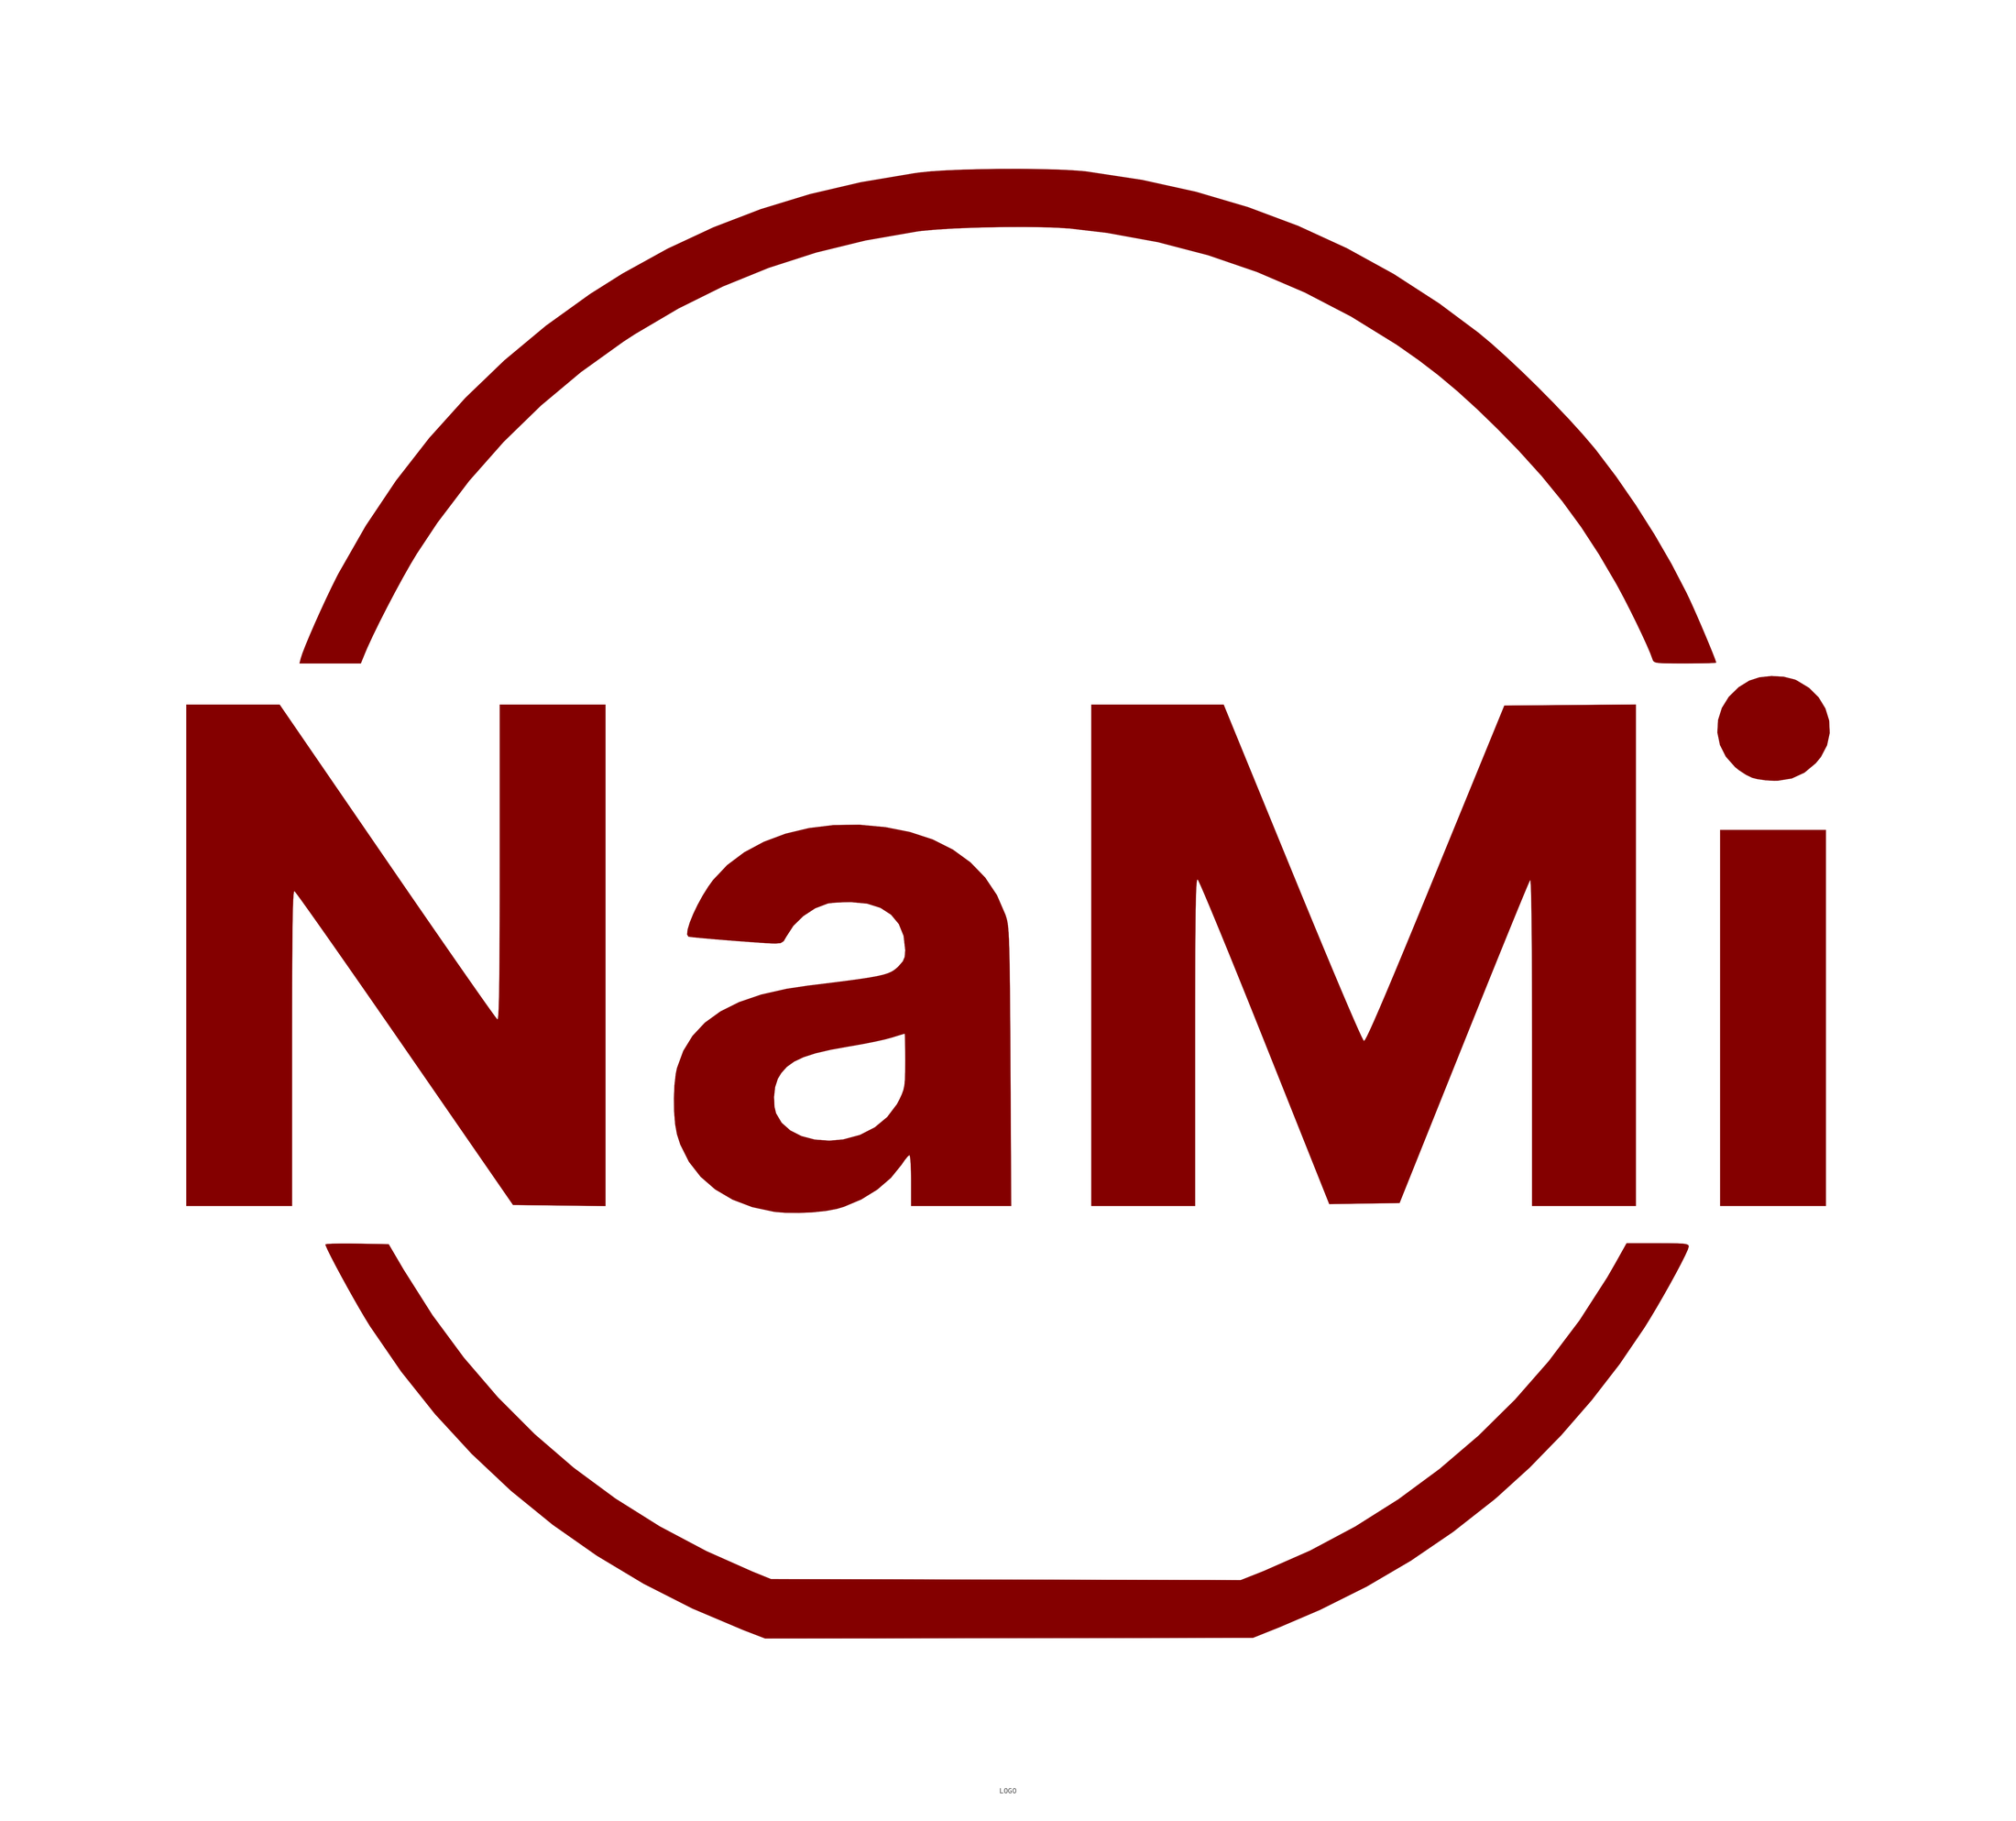
<source format=kicad_sym>
(kicad_symbol_lib
  (version 20220914)
  (generator "bitmap2component")
  (generator_version "9.0")
  (symbol "LOGO"
    (pin_names
      (offset 1.016))
    (property "Reference" "#G"
      (at 0 133.699 0)
      (effects (font (size 1.27 1.27)) hide))
    (symbol "LOGO_0_0"
      (polyline (pts (xy 0.179 -134.212) (xy 44.718 -134.155) (xy 49.548 -132.226) (xy 56.985 -129.041) (xy 65.489 -124.797) (xy 73.554 -120.071) (xy 81.268 -114.81) (xy 88.721 -108.96) (xy 89.282 -108.487) (xy 95.247 -103.071) (xy 101.058 -97.109) (xy 106.58 -90.759) (xy 111.677 -84.175) (xy 116.212 -77.514) (xy 117.213 -75.899) (xy 118.428 -73.867) (xy 119.659 -71.741) (xy 120.853 -69.623) (xy 121.953 -67.613) (xy 122.904 -65.812) (xy 123.652 -64.322) (xy 124.142 -63.243) (xy 124.317 -62.676) (xy 124.316 -62.634) (xy 124.229 -62.416) (xy 123.934 -62.262) (xy 123.328 -62.161) (xy 122.311 -62.103) (xy 120.782 -62.076) (xy 118.638 -62.069) (xy 112.96 -62.069) (xy 110.907 -65.736) (xy 109.415 -68.327) (xy 104.362 -76.168) (xy 98.735 -83.621) (xy 92.574 -90.65) (xy 85.919 -97.221) (xy 78.81 -103.297) (xy 71.288 -108.845) (xy 63.392 -113.829) (xy 55.163 -118.214) (xy 46.64 -121.965) (xy 42.481 -123.61) (xy -0.403 -123.516) (xy -43.287 -123.422) (xy -46.686 -122.043) (xy -55.053 -118.325) (xy -63.593 -113.801) (xy -71.677 -108.727) (xy -79.3 -103.106) (xy -86.459 -96.94) (xy -93.15 -90.234) (xy -99.371 -82.989) (xy -105.117 -75.21) (xy -110.384 -66.898) (xy -113.11 -62.248) (xy -118.892 -62.15) (xy -120.223 -62.133) (xy -121.992 -62.134) (xy -123.403 -62.163) (xy -124.337 -62.216) (xy -124.675 -62.291) (xy -124.605 -62.539) (xy -124.236 -63.37) (xy -123.603 -64.645) (xy -122.763 -66.259) (xy -121.773 -68.105) (xy -120.693 -70.076) (xy -119.579 -72.067) (xy -118.49 -73.97) (xy -117.483 -75.679) (xy -116.618 -77.089) (xy -116.51 -77.259) (xy -110.841 -85.513) (xy -104.655 -93.277) (xy -97.968 -100.539) (xy -90.798 -107.283) (xy -83.162 -113.497) (xy -75.076 -119.165) (xy -66.559 -124.275) (xy -57.626 -128.811) (xy -48.296 -132.761) (xy -44.361 -134.27) (xy 0.179 -134.212)) (stroke (width 0.01) (type default)) (fill (type outline)))
      (polyline (pts (xy -35.612 -56.422) (xy -33.222 -56.17) (xy -31.27 -55.8) (xy -29.979 -55.419) (xy -26.802 -54.08) (xy -23.892 -52.288) (xy -21.392 -50.14) (xy -19.447 -47.735) (xy -18.918 -46.965) (xy -18.345 -46.247) (xy -18.006 -45.97) (xy -17.984 -45.983) (xy -17.876 -46.439) (xy -17.789 -47.453) (xy -17.73 -48.891) (xy -17.709 -50.621) (xy -17.709 -55.272) (xy -8.564 -55.272) (xy 0.58 -55.272) (xy 0.444 -29.961) (xy 0.427 -26.869) (xy 0.399 -22.333) (xy 0.37 -18.429) (xy 0.338 -15.105) (xy 0.303 -12.309) (xy 0.262 -9.988) (xy 0.215 -8.091) (xy 0.16 -6.565) (xy 0.096 -5.358) (xy 0.02 -4.419) (xy -0.067 -3.696) (xy -0.168 -3.135) (xy -0.284 -2.686) (xy -0.476 -2.078) (xy -2.03 1.507) (xy -4.168 4.704) (xy -6.857 7.483) (xy -10.066 9.817) (xy -13.762 11.676) (xy -17.913 13.032) (xy -22.388 13.919) (xy -27.17 14.365) (xy -31.855 14.303) (xy -36.371 13.75) (xy -40.646 12.726) (xy -44.606 11.246) (xy -48.181 9.329) (xy -51.297 6.994) (xy -53.882 4.256) (xy -54.734 3.079) (xy -55.758 1.449) (xy -56.697 -0.265) (xy -57.503 -1.947) (xy -58.125 -3.483) (xy -58.513 -4.759) (xy -58.617 -5.66) (xy -58.388 -6.071) (xy -58.262 -6.096) (xy -57.503 -6.19) (xy -56.214 -6.319) (xy -54.525 -6.471) (xy -52.569 -6.637) (xy -50.475 -6.807) (xy -48.376 -6.968) (xy -46.402 -7.113) (xy -44.685 -7.229) (xy -43.355 -7.306) (xy -42.544 -7.334) (xy -42.498 -7.334) (xy -41.537 -7.255) (xy -40.974 -6.904) (xy -40.505 -6.097) (xy -39.213 -4.108) (xy -37.384 -2.313) (xy -35.224 -0.901) (xy -32.928 -0.026) (xy -32.742 0.011) (xy -31.732 0.123) (xy -30.323 0.201) (xy -28.76 0.23) (xy -28.661 0.23) (xy -25.745 -0.044) (xy -23.304 -0.818) (xy -21.363 -2.071) (xy -19.945 -3.782) (xy -19.077 -5.928) (xy -18.782 -8.488) (xy -18.782 -8.626) (xy -18.873 -9.77) (xy -19.219 -10.593) (xy -19.961 -11.447) (xy -20.239 -11.717) (xy -20.711 -12.116) (xy -21.25 -12.46) (xy -21.927 -12.761) (xy -22.814 -13.038) (xy -23.981 -13.304) (xy -25.502 -13.576) (xy -27.447 -13.868) (xy -29.888 -14.196) (xy -32.897 -14.576) (xy -36.545 -15.023) (xy -40.449 -15.606) (xy -45.093 -16.658) (xy -49.116 -18.033) (xy -52.535 -19.739) (xy -55.364 -21.787) (xy -57.618 -24.187) (xy -59.313 -26.947) (xy -60.463 -30.077) (xy -60.678 -31.093) (xy -60.922 -33.21) (xy -61.012 -35.363) (xy -42.745 -35.363) (xy -42.536 -33.539) (xy -42.046 -32.039) (xy -41.417 -30.997) (xy -40.401 -29.862) (xy -39.068 -28.904) (xy -37.338 -28.087) (xy -35.132 -27.375) (xy -32.369 -26.732) (xy -28.971 -26.122) (xy -28.339 -26.018) (xy -26.221 -25.637) (xy -24.203 -25.234) (xy -22.489 -24.849) (xy -21.279 -24.526) (xy -21.259 -24.52) (xy -20.088 -24.156) (xy -19.23 -23.896) (xy -18.871 -23.795) (xy -18.861 -23.828) (xy -18.83 -24.357) (xy -18.805 -25.433) (xy -18.788 -26.927) (xy -18.782 -28.709) (xy -18.782 -28.803) (xy -18.791 -30.775) (xy -18.833 -32.202) (xy -18.932 -33.251) (xy -19.113 -34.086) (xy -19.398 -34.872) (xy -19.814 -35.775) (xy -20.294 -36.678) (xy -22.067 -39.022) (xy -24.345 -40.913) (xy -27.052 -42.297) (xy -30.115 -43.121) (xy -32.655 -43.345) (xy -35.328 -43.145) (xy -37.732 -42.508) (xy -39.772 -41.47) (xy -41.35 -40.07) (xy -42.37 -38.345) (xy -42.656 -37.172) (xy -42.745 -35.363) (xy -61.012 -35.363) (xy -61.023 -35.628) (xy -60.981 -38.097) (xy -60.794 -40.366) (xy -60.464 -42.185) (xy -59.856 -44.063) (xy -58.286 -47.197) (xy -56.15 -49.935) (xy -53.484 -52.248) (xy -50.325 -54.107) (xy -46.712 -55.482) (xy -42.682 -56.343) (xy -40.638 -56.517) (xy -38.174 -56.542) (xy -35.612 -56.422)) (stroke (width 0.01) (type default)) (fill (type outline)))
      (polyline (pts (xy -73.517 -9.487) (xy -73.517 36.311) (xy -83.176 36.311) (xy -92.835 36.311) (xy -92.835 7.483) (xy -92.835 7.458) (xy -92.838 1.92) (xy -92.846 -2.935) (xy -92.86 -7.139) (xy -92.881 -10.724) (xy -92.909 -13.723) (xy -92.944 -16.168) (xy -92.987 -18.091) (xy -93.039 -19.524) (xy -93.099 -20.5) (xy -93.168 -21.05) (xy -93.248 -21.208) (xy -93.314 -21.141) (xy -93.742 -20.582) (xy -94.533 -19.491) (xy -95.658 -17.908) (xy -97.091 -15.873) (xy -98.802 -13.428) (xy -100.764 -10.611) (xy -102.948 -7.464) (xy -105.326 -4.027) (xy -107.871 -0.341) (xy -110.553 3.555) (xy -113.345 7.62) (xy -133.029 36.311) (xy -141.552 36.311) (xy -150.075 36.311) (xy -150.075 -9.48) (xy -150.075 -55.272) (xy -140.416 -55.272) (xy -130.756 -55.272) (xy -130.756 -26.443) (xy -130.756 -24.591) (xy -130.752 -19.327) (xy -130.743 -14.732) (xy -130.727 -10.773) (xy -130.706 -7.412) (xy -130.677 -4.617) (xy -130.641 -2.352) (xy -130.598 -0.581) (xy -130.545 0.728) (xy -130.484 1.613) (xy -130.413 2.106) (xy -130.333 2.244) (xy -130.267 2.179) (xy -129.839 1.624) (xy -129.046 0.538) (xy -127.916 -1.039) (xy -126.478 -3.067) (xy -124.759 -5.505) (xy -122.79 -8.313) (xy -120.597 -11.451) (xy -118.208 -14.879) (xy -115.653 -18.555) (xy -112.96 -22.441) (xy -110.156 -26.495) (xy -90.404 -55.093) (xy -81.96 -55.189) (xy -73.517 -55.285) (xy -73.517 -9.487)) (stroke (width 0.01) (type default)) (fill (type outline)))
      (polyline (pts (xy 34.165 -25.37) (xy 34.165 -24.404) (xy 34.167 -19.012) (xy 34.175 -14.291) (xy 34.187 -10.203) (xy 34.204 -6.71) (xy 34.228 -3.773) (xy 34.258 -1.356) (xy 34.295 0.581) (xy 34.341 2.074) (xy 34.395 3.164) (xy 34.457 3.886) (xy 34.53 4.28) (xy 34.612 4.384) (xy 34.792 4.069) (xy 35.221 3.133) (xy 35.874 1.625) (xy 36.733 -0.409) (xy 37.778 -2.919) (xy 38.99 -5.86) (xy 40.348 -9.182) (xy 41.834 -12.84) (xy 43.427 -16.785) (xy 45.109 -20.97) (xy 46.859 -25.346) (xy 58.659 -54.929) (xy 65.079 -54.832) (xy 71.499 -54.735) (xy 83.256 -25.402) (xy 84.84 -21.455) (xy 86.527 -17.262) (xy 88.125 -13.301) (xy 89.614 -9.62) (xy 90.975 -6.267) (xy 92.189 -3.29) (xy 93.235 -0.737) (xy 94.095 1.344) (xy 94.748 2.905) (xy 95.174 3.897) (xy 95.356 4.273) (xy 95.396 4.183) (xy 95.457 3.469) (xy 95.511 2.07) (xy 95.559 0.005) (xy 95.6 -2.708) (xy 95.635 -6.049) (xy 95.662 -10.001) (xy 95.681 -14.544) (xy 95.693 -19.659) (xy 95.697 -25.328) (xy 95.697 -55.272) (xy 105.177 -55.272) (xy 114.658 -55.272) (xy 114.658 -9.476) (xy 114.658 36.321) (xy 102.645 36.227) (xy 90.633 36.132) (xy 78.068 5.443) (xy 76.192 0.869) (xy 74.046 -4.346) (xy 72.15 -8.93) (xy 70.495 -12.902) (xy 69.074 -16.28) (xy 67.878 -19.084) (xy 66.9 -21.332) (xy 66.131 -23.043) (xy 65.564 -24.236) (xy 65.189 -24.93) (xy 65 -25.144) (xy 64.899 -25.011) (xy 64.528 -24.279) (xy 63.912 -22.937) (xy 63.067 -21.021) (xy 62.006 -18.564) (xy 60.745 -15.6) (xy 59.298 -12.163) (xy 57.679 -8.287) (xy 55.903 -4.006) (xy 53.983 0.646) (xy 51.935 5.635) (xy 39.373 36.311) (xy 27.289 36.311) (xy 15.204 36.311) (xy 15.204 -9.48) (xy 15.204 -55.272) (xy 24.684 -55.272) (xy 34.165 -55.272) (xy 34.165 -25.37)) (stroke (width 0.01) (type default)) (fill (type outline)))
      (polyline (pts (xy 149.359 -20.928) (xy 149.359 13.415) (xy 139.7 13.415) (xy 130.041 13.415) (xy 130.041 -20.928) (xy 130.041 -55.272) (xy 139.7 -55.272) (xy 149.359 -55.272) (xy 149.359 -20.928)) (stroke (width 0.01) (type default)) (fill (type outline)))
      (polyline (pts (xy 140.55 22.401) (xy 143.143 22.821) (xy 145.434 23.874) (xy 147.504 25.596) (xy 148.449 26.74) (xy 149.562 28.867) (xy 150.054 31.119) (xy 149.948 33.395) (xy 149.268 35.595) (xy 148.036 37.619) (xy 146.276 39.367) (xy 144.011 40.738) (xy 143.652 40.889) (xy 141.651 41.393) (xy 139.412 41.525) (xy 137.221 41.288) (xy 135.362 40.683) (xy 133.425 39.484) (xy 131.623 37.727) (xy 130.363 35.696) (xy 129.664 33.489) (xy 129.539 31.206) (xy 130.006 28.945) (xy 131.081 26.807) (xy 132.78 24.888) (xy 133.479 24.33) (xy 134.749 23.496) (xy 135.881 22.945) (xy 136.853 22.698) (xy 138.342 22.483) (xy 139.879 22.391) (xy 140.55 22.401)) (stroke (width 0.01) (type default)) (fill (type outline)))
      (polyline (pts (xy -117.43 45.702) (xy -117.004 46.702) (xy -116.013 48.853) (xy -114.785 51.369) (xy -113.401 54.092) (xy -111.946 56.861) (xy -110.501 59.518) (xy -109.149 61.906) (xy -107.973 63.864) (xy -104.204 69.542) (xy -98.423 77.16) (xy -92.126 84.287) (xy -85.323 90.911) (xy -78.025 97.02) (xy -70.243 102.604) (xy -68.109 103.991) (xy -60.18 108.662) (xy -52.065 112.686) (xy -43.706 116.083) (xy -35.049 118.874) (xy -26.037 121.08) (xy -16.615 122.723) (xy -15.811 122.826) (xy -13.445 123.046) (xy -10.573 123.231) (xy -7.342 123.376) (xy -3.899 123.478) (xy -0.391 123.536) (xy 3.035 123.546) (xy 6.231 123.504) (xy 9.05 123.41) (xy 11.345 123.259) (xy 18.044 122.474) (xy 27.387 120.77) (xy 36.543 118.381) (xy 45.489 115.313) (xy 54.201 111.576) (xy 62.657 107.178) (xy 70.834 102.127) (xy 71.25 101.847) (xy 75.013 99.205) (xy 78.562 96.487) (xy 82.051 93.563) (xy 85.634 90.305) (xy 89.465 86.584) (xy 93.262 82.688) (xy 97.46 78.043) (xy 101.223 73.44) (xy 104.668 68.729) (xy 107.91 63.758) (xy 111.063 58.378) (xy 111.448 57.679) (xy 112.508 55.687) (xy 113.62 53.511) (xy 114.719 51.288) (xy 115.739 49.153) (xy 116.616 47.241) (xy 117.284 45.688) (xy 117.678 44.629) (xy 117.766 44.384) (xy 117.945 44.152) (xy 118.298 43.995) (xy 118.935 43.898) (xy 119.963 43.847) (xy 121.491 43.827) (xy 123.626 43.824) (xy 124.881 43.828) (xy 126.646 43.846) (xy 128.054 43.877) (xy 128.988 43.919) (xy 129.325 43.968) (xy 129.309 44.053) (xy 129.087 44.694) (xy 128.647 45.82) (xy 128.042 47.305) (xy 127.325 49.023) (xy 126.549 50.846) (xy 125.767 52.648) (xy 125.033 54.303) (xy 124.399 55.685) (xy 123.847 56.837) (xy 121.16 62.007) (xy 118.053 67.374) (xy 114.648 72.746) (xy 111.066 77.931) (xy 107.426 82.736) (xy 107.042 83.213) (xy 104.957 85.659) (xy 102.468 88.402) (xy 99.695 91.32) (xy 96.761 94.292) (xy 93.788 97.195) (xy 90.899 99.906) (xy 88.215 102.306) (xy 85.859 104.271) (xy 78.735 109.581) (xy 70.449 114.947) (xy 61.877 119.663) (xy 53.008 123.736) (xy 43.829 127.169) (xy 34.328 129.969) (xy 24.492 132.139) (xy 14.31 133.685) (xy 13.767 133.744) (xy 11.515 133.915) (xy 8.731 134.04) (xy 5.552 134.12) (xy 2.118 134.156) (xy -1.434 134.15) (xy -4.964 134.101) (xy -8.335 134.011) (xy -11.406 133.881) (xy -14.04 133.711) (xy -16.099 133.502) (xy -17.122 133.364) (xy -26.874 131.723) (xy -36.197 129.544) (xy -45.153 126.806) (xy -53.801 123.488) (xy -62.203 119.57) (xy -70.421 115.031) (xy -76.335 111.303) (xy -84.394 105.51) (xy -91.988 99.183) (xy -99.098 92.342) (xy -105.701 85.01) (xy -111.778 77.207) (xy -117.308 68.957) (xy -122.269 60.28) (xy -122.581 59.68) (xy -123.517 57.8) (xy -124.535 55.668) (xy -125.578 53.413) (xy -126.588 51.161) (xy -127.509 49.041) (xy -128.284 47.179) (xy -128.858 45.705) (xy -129.172 44.745) (xy -129.403 43.824) (xy -123.799 43.824) (xy -118.196 43.824) (xy -117.43 45.702)) (stroke (width 0.01) (type default)) (fill (type outline))))))
</source>
